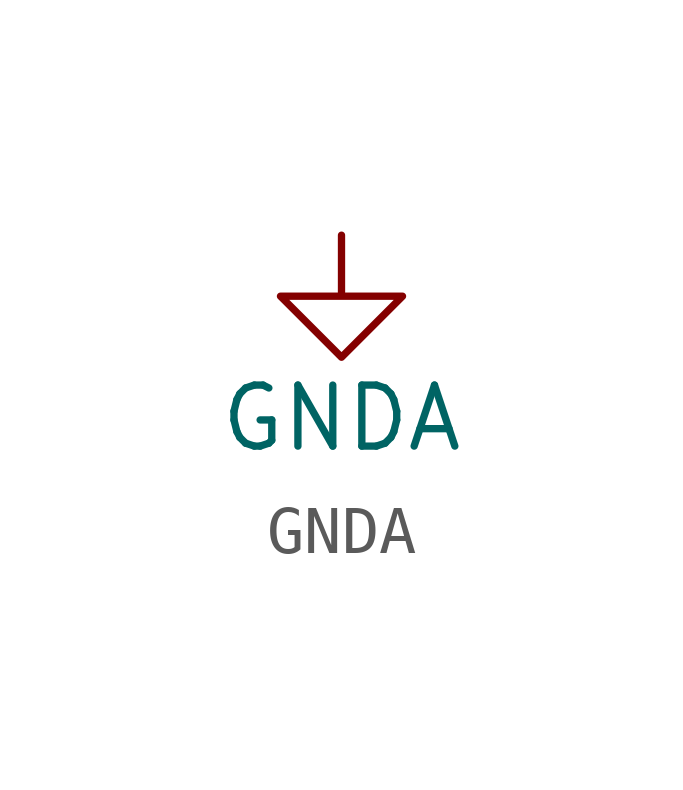
<source format=kicad_sym>
(kicad_symbol_lib
  (version 20220914)
  (generator kicad_symbol_editor)
  (symbol "GNDA"
    (power)
    (pin_names
      (offset 0))
    (property "Reference" "#PWR"
      (at 0 -6.35 0)
      (effects (font (size 1.27 1.27)) hide))
    (property "Value" "GNDA"
      (at 0 -3.81 0)
      (effects (font (size 1.27 1.27))))
    (symbol "GNDA_0_1"
      (polyline (pts (xy 0 0) (xy 0 -1.27) (xy 1.27 -1.27) (xy 0 -2.54) (xy -1.27 -1.27) (xy 0 -1.27)) (stroke (width 0) (type solid)) (fill (type none))))
    (symbol "GNDA_1_1"
      (pin power_in line (at 0 0 270) (length 0) hide (name "GNDA" (effects (font (size 1.27 1.27)))) (number "1" (effects (font (size 1.27 1.27))))))))
</source>
